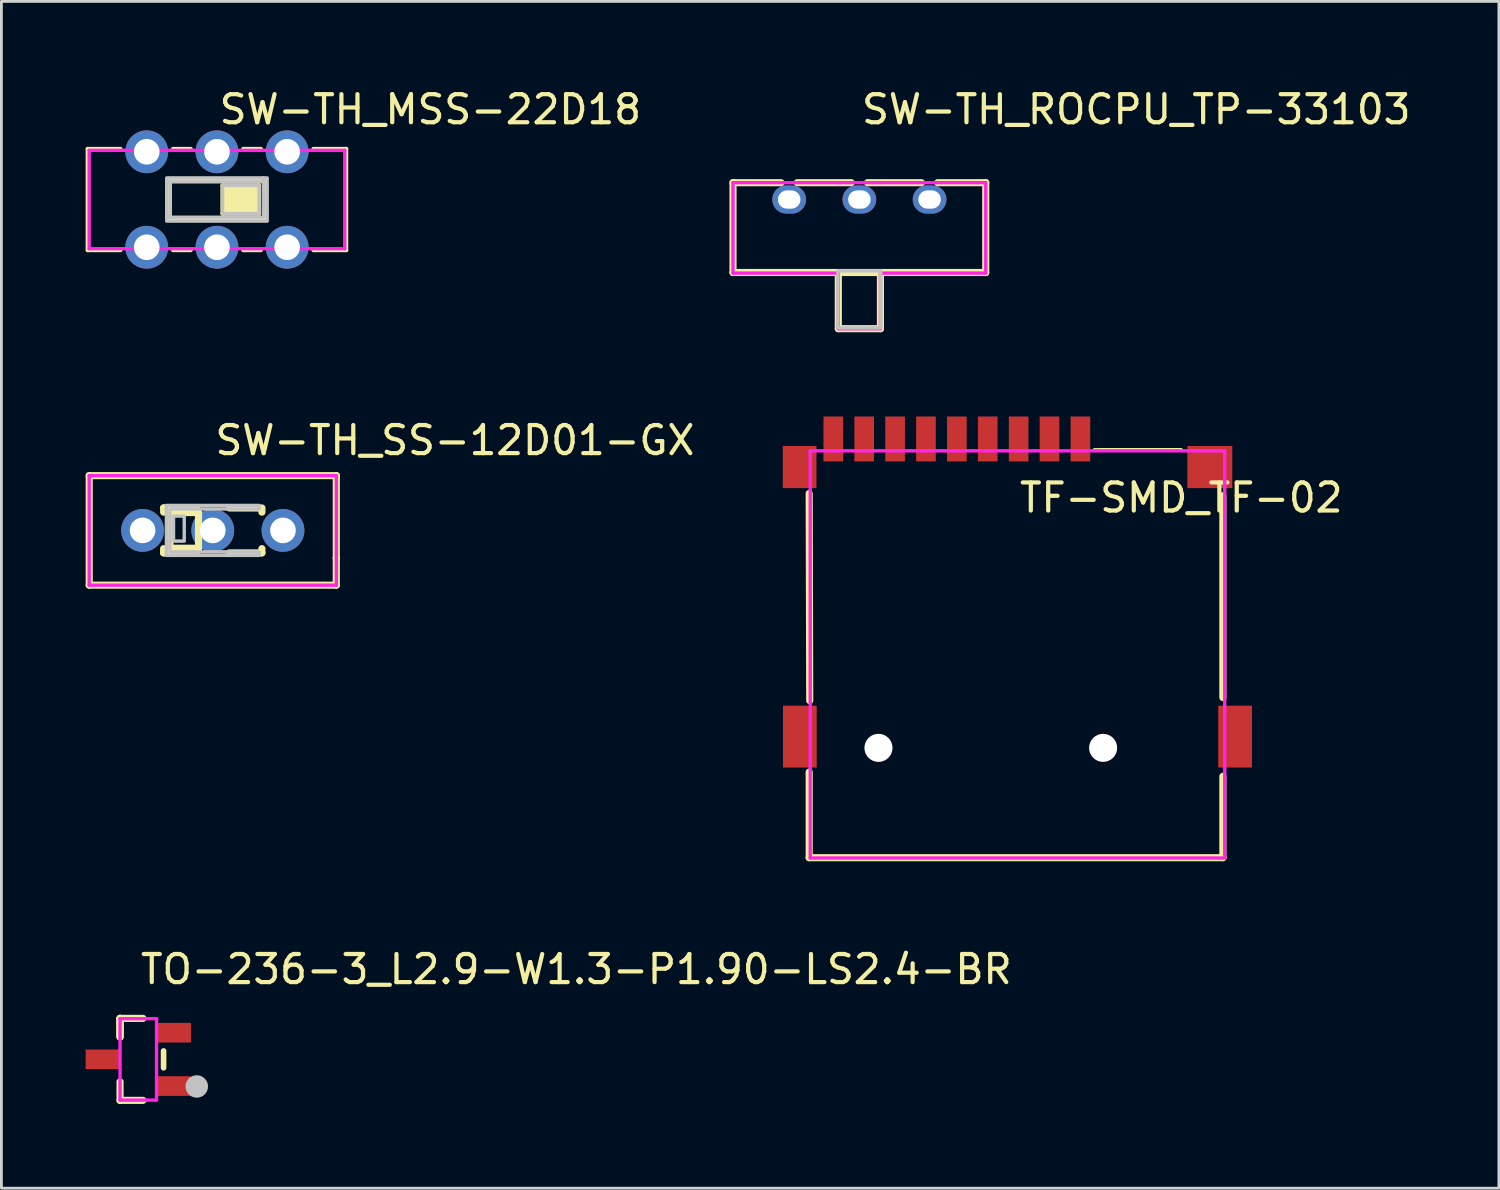
<source format=kicad_pcb>
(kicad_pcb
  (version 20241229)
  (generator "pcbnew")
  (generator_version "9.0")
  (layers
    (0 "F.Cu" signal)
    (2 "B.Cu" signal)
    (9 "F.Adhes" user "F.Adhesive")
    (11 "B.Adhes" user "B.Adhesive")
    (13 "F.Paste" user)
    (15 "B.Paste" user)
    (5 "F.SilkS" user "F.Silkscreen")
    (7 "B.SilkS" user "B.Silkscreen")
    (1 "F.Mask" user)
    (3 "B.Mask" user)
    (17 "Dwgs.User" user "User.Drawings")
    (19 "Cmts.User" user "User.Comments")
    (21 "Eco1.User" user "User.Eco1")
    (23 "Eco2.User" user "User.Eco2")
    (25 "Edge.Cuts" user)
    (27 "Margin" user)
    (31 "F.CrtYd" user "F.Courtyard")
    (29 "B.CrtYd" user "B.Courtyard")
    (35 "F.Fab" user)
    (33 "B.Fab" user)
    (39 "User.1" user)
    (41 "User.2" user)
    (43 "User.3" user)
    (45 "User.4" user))
  (footprint "TO-236-3_L2.9-W1.3-P1.90-LS2.4-BR"
    (layer "F.Cu")
    (at 1.875 34.675)
    (property "Reference" "TO-236-3_L2.9-W1.3-P1.90-LS2.4-BR" (at 0 -3.207 0) (layer "F.SilkS") (effects (font (size 1 1) (thickness 0.15)) (justify left)))
    (attr through_hole)
    (fp_line (start -0.65 -1.46) (end -0.65 -0.8) (stroke (width 0.254) (type solid)) (layer "F.SilkS"))
    (fp_line (start -0.65 -1.46) (end 0.165 -1.46) (stroke (width 0.254) (type solid)) (layer "F.SilkS"))
    (fp_line (start -0.65 -0.8) (end -0.65 -1.46) (stroke (width 0.254) (type solid)) (layer "F.SilkS"))
    (fp_line (start -0.65 -0.8) (end -0.65 -1.46) (stroke (width 0.254) (type solid)) (layer "F.SilkS"))
    (fp_line (start -0.65 1.46) (end -0.65 0.8) (stroke (width 0.254) (type solid)) (layer "F.SilkS"))
    (fp_line (start 0.165 1.46) (end -0.65 1.46) (stroke (width 0.254) (type solid)) (layer "F.SilkS"))
    (fp_line (start 0.9 0.3) (end 0.9 -0.3) (stroke (width 0.2) (type solid)) (layer "F.SilkS"))
    (fp_circle (center 2.083 0.965) (end 2.283 0.965) (stroke (width 0.4) (type solid)) (fill no) (layer "Dwgs.User"))
    (fp_line (start -1.01 -0.22) (end -0.64 -0.22) (stroke (width 0.12) (type solid)) (layer "Eco2.User"))
    (fp_line (start -1.01 0.22) (end -1.01 -0.22) (stroke (width 0.12) (type solid)) (layer "Eco2.User"))
    (fp_line (start -0.64 -0.22) (end -0.64 0.22) (stroke (width 0.12) (type solid)) (layer "Eco2.User"))
    (fp_line (start -0.64 0.22) (end -1.01 0.22) (stroke (width 0.12) (type solid)) (layer "Eco2.User"))
    (fp_line (start 0.64 -1.17) (end 1.01 -1.17) (stroke (width 0.12) (type solid)) (layer "Eco2.User"))
    (fp_line (start 0.64 -0.73) (end 0.64 -1.17) (stroke (width 0.12) (type solid)) (layer "Eco2.User"))
    (fp_line (start 0.64 0.73) (end 1.01 0.73) (stroke (width 0.12) (type solid)) (layer "Eco2.User"))
    (fp_line (start 0.64 1.17) (end 0.64 0.73) (stroke (width 0.12) (type solid)) (layer "Eco2.User"))
    (fp_line (start 1.01 -1.17) (end 1.01 -0.73) (stroke (width 0.12) (type solid)) (layer "Eco2.User"))
    (fp_line (start 1.01 -0.73) (end 0.64 -0.73) (stroke (width 0.12) (type solid)) (layer "Eco2.User"))
    (fp_line (start 1.01 0.73) (end 1.01 1.17) (stroke (width 0.12) (type solid)) (layer "Eco2.User"))
    (fp_line (start 1.01 1.17) (end 0.64 1.17) (stroke (width 0.12) (type solid)) (layer "Eco2.User"))
    (fp_circle (center 1.2 1.45) (end 1.23 1.45) (stroke (width 0.06) (type solid)) (fill no) (layer "Eco2.User"))
    (fp_poly (pts (xy -1.2 0.22) (xy -1.2 -0.22) (xy -1 -0.22) (xy -1 0.22)) (stroke (width 0.12) (type solid)) (fill no) (layer "Eco2.User"))
    (fp_poly (pts (xy 1 -0.73) (xy 1 -1.17) (xy 1.2 -1.17) (xy 1.2 -0.73)) (stroke (width 0.12) (type solid)) (fill no) (layer "Eco2.User"))
    (fp_poly (pts (xy 1 1.17) (xy 1 0.73) (xy 1.2 0.73) (xy 1.2 1.17)) (stroke (width 0.12) (type solid)) (fill no) (layer "Eco2.User"))
    (fp_line (start -0.65 -1.45) (end 0.65 -1.45) (stroke (width 0.12) (type solid)) (layer "F.CrtYd"))
    (fp_line (start -0.65 1.45) (end -0.65 -1.45) (stroke (width 0.12) (type solid)) (layer "F.CrtYd"))
    (fp_line (start 0.65 -1.45) (end 0.65 1.45) (stroke (width 0.12) (type solid)) (layer "F.CrtYd"))
    (fp_line (start 0.65 1.45) (end -0.65 1.45) (stroke (width 0.12) (type solid)) (layer "F.CrtYd"))
    (pad "1" smd rect (at 1.25 0.95 270) (size 0.7 1.25) (layers "F.Cu" "F.Mask" "F.Paste"))
    (pad "2" smd rect (at 1.25 -0.95 270) (size 0.7 1.25) (layers "F.Cu" "F.Mask" "F.Paste"))
    (pad "3" smd rect (at -1.25 0 270) (size 0.7 1.25) (layers "F.Cu" "F.Mask" "F.Paste")))
  (footprint "SW-TH_ROCPU_TP-33103"
    (layer "F.Cu")
    (at 27.553 4.055)
    (property "Reference" "SW-TH_ROCPU_TP-33103" (at 0 -3.207 0) (layer "F.SilkS") (effects (font (size 1 1) (thickness 0.15)) (justify left)))
    (attr through_hole)
    (fp_line (start -4.5 -0.6) (end -4.5 2.6) (stroke (width 0.254) (type solid)) (layer "F.SilkS"))
    (fp_line (start -4.5 -0.6) (end -2.79 -0.6) (stroke (width 0.254) (type solid)) (layer "F.SilkS"))
    (fp_line (start -4.5 2.6) (end 4.5 2.6) (stroke (width 0.254) (type solid)) (layer "F.SilkS"))
    (fp_line (start -2.21 -0.6) (end -0.29 -0.6) (stroke (width 0.254) (type solid)) (layer "F.SilkS"))
    (fp_line (start -0.75 4.6) (end -0.75 2.6) (stroke (width 0.254) (type solid)) (layer "F.SilkS"))
    (fp_line (start 0.29 -0.6) (end 2.21 -0.6) (stroke (width 0.254) (type solid)) (layer "F.SilkS"))
    (fp_line (start 0.75 4.6) (end -0.75 4.6) (stroke (width 0.254) (type solid)) (layer "F.SilkS"))
    (fp_line (start 0.75 4.6) (end 0.75 2.6) (stroke (width 0.254) (type solid)) (layer "F.SilkS"))
    (fp_line (start 2.79 -0.6) (end 4.5 -0.6) (stroke (width 0.254) (type solid)) (layer "F.SilkS"))
    (fp_line (start 4.5 -0.6) (end 4.5 2.6) (stroke (width 0.254) (type solid)) (layer "F.SilkS"))
    (fp_poly (pts (xy -0.762 2.54) (xy -0.762 4.572) (xy 0.762 4.572) (xy 0.762 2.54)) (stroke (width 0.12) (type solid)) (fill no) (layer "Dwgs.User"))
    (fp_circle (center -4.5 4.6) (end -4.47 4.6) (stroke (width 0.06) (type solid)) (fill no) (layer "Eco2.User"))
    (fp_poly (pts (xy -2.775 -0.15) (xy -2.225 -0.15) (xy -2.225 0.15) (xy -2.775 0.15)) (stroke (width 0.12) (type solid)) (fill no) (layer "Eco2.User"))
    (fp_poly (pts (xy -0.275 -0.15) (xy 0.275 -0.15) (xy 0.275 0.15) (xy -0.275 0.15)) (stroke (width 0.12) (type solid)) (fill no) (layer "Eco2.User"))
    (fp_poly (pts (xy 2.225 -0.15) (xy 2.775 -0.15) (xy 2.775 0.15) (xy 2.225 0.15)) (stroke (width 0.12) (type solid)) (fill no) (layer "Eco2.User"))
    (fp_line (start -4.5 -0.6) (end -4.5 2.62) (stroke (width 0.12) (type solid)) (layer "F.CrtYd"))
    (fp_line (start -4.5 2.62) (end -0.75 2.62) (stroke (width 0.12) (type solid)) (layer "F.CrtYd"))
    (fp_line (start -0.75 -0.6) (end -4.5 -0.6) (stroke (width 0.12) (type solid)) (layer "F.CrtYd"))
    (fp_line (start -0.75 2.62) (end -0.75 4.6) (stroke (width 0.12) (type solid)) (layer "F.CrtYd"))
    (fp_line (start -0.75 4.6) (end 0.75 4.6) (stroke (width 0.12) (type solid)) (layer "F.CrtYd"))
    (fp_line (start 0.75 -0.6) (end -0.75 -0.6) (stroke (width 0.12) (type solid)) (layer "F.CrtYd"))
    (fp_line (start 0.75 2.62) (end 4.5 2.62) (stroke (width 0.12) (type solid)) (layer "F.CrtYd"))
    (fp_line (start 0.75 4.6) (end 0.75 2.62) (stroke (width 0.12) (type solid)) (layer "F.CrtYd"))
    (fp_line (start 4.5 -0.6) (end 0.75 -0.6) (stroke (width 0.12) (type solid)) (layer "F.CrtYd"))
    (fp_line (start 4.5 2.62) (end 4.5 -0.6) (stroke (width 0.12) (type solid)) (layer "F.CrtYd"))
    (pad "1" thru_hole oval (at -2.5 0) (size 1.2 1) (drill oval 0.8 0.65) (layers "*.Cu" "*.Mask"))
    (pad "2" thru_hole oval (at 0 0) (size 1.2 1) (drill oval 0.8 0.65) (layers "*.Cu" "*.Mask"))
    (pad "3" thru_hole oval (at 2.5 0) (size 1.2 1) (drill oval 0.8 0.65) (layers "*.Cu" "*.Mask")))
  (footprint "SW-TH_SS-12D01-GX"
    (layer "F.Cu")
    (at 4.527 15.838)
    (property "Reference" "SW-TH_SS-12D01-GX" (at 0 -3.207 0) (layer "F.SilkS") (effects (font (size 1 1) (thickness 0.15)) (justify left)))
    (attr through_hole)
    (fp_line (start -4.4 -1.95) (end -4.4 1.95) (stroke (width 0.254) (type solid)) (layer "F.SilkS"))
    (fp_line (start -4.4 -1.95) (end 4.4 -1.95) (stroke (width 0.254) (type solid)) (layer "F.SilkS"))
    (fp_line (start -4.4 1.95) (end 4.399 1.95) (stroke (width 0.254) (type solid)) (layer "F.SilkS"))
    (fp_line (start -1.75 -0.8) (end -1.75 -0.65) (stroke (width 0.254) (type solid)) (layer "F.SilkS"))
    (fp_line (start -1.75 -0.8) (end -0.587 -0.8) (stroke (width 0.254) (type solid)) (layer "F.SilkS"))
    (fp_line (start -1.75 0.8) (end -1.75 0.65) (stroke (width 0.254) (type solid)) (layer "F.SilkS"))
    (fp_line (start -1.75 0.8) (end -0.587 0.8) (stroke (width 0.254) (type solid)) (layer "F.SilkS"))
    (fp_line (start -1.524 -0.635) (end -0.508 -0.635) (stroke (width 0.254) (type solid)) (layer "F.SilkS"))
    (fp_line (start -1.524 0.635) (end -1.524 -0.635) (stroke (width 0.254) (type solid)) (layer "F.SilkS"))
    (fp_line (start -0.508 -0.635) (end -0.508 0.635) (stroke (width 0.254) (type solid)) (layer "F.SilkS"))
    (fp_line (start -0.508 0.635) (end -1.524 0.635) (stroke (width 0.254) (type solid)) (layer "F.SilkS"))
    (fp_line (start 0.587 -0.8) (end 1.651 -0.8) (stroke (width 0.254) (type solid)) (layer "F.SilkS"))
    (fp_line (start 0.587 0.8) (end 1.75 0.8) (stroke (width 0.254) (type solid)) (layer "F.SilkS"))
    (fp_line (start 1.75 -0.8) (end 1.75 -0.65) (stroke (width 0.254) (type solid)) (layer "F.SilkS"))
    (fp_line (start 1.75 0.65) (end 1.75 0.8) (stroke (width 0.254) (type solid)) (layer "F.SilkS"))
    (fp_line (start 4.399 -1.951) (end 4.399 0.983) (stroke (width 0.254) (type solid)) (layer "F.SilkS"))
    (fp_line (start 4.399 0.983) (end 4.399 0.983) (stroke (width 0.254) (type solid)) (layer "F.SilkS"))
    (fp_line (start 4.399 0.983) (end 4.399 1.951) (stroke (width 0.254) (type solid)) (layer "F.SilkS"))
    (fp_poly (pts (xy -1.397 -0.508) (xy -1.016 -0.508) (xy -1.016 0.381) (xy -1.397 0.381)) (stroke (width 0.12) (type solid)) (fill no) (layer "Dwgs.User"))
    (fp_poly (pts (xy -1.524 -0.889) (xy 1.651 -0.889) (xy 1.651 -0.762) (xy -1.524 -0.762) (xy -1.524 0.762) (xy 1.651 0.762) (xy 1.651 0.889) (xy -1.651 0.889) (xy -1.651 -0.889)) (stroke (width 0.12) (type solid)) (fill no) (layer "Dwgs.User"))
    (fp_circle (center -4.4 1.95) (end -4.37 1.95) (stroke (width 0.06) (type solid)) (fill no) (layer "Eco2.User"))
    (fp_poly (pts (xy -2.75 -0.15) (xy -2.25 -0.15) (xy -2.25 0.15) (xy -2.75 0.15)) (stroke (width 0.12) (type solid)) (fill no) (layer "Eco2.User"))
    (fp_poly (pts (xy -0.25 -0.15) (xy 0.25 -0.15) (xy 0.25 0.15) (xy -0.25 0.15)) (stroke (width 0.12) (type solid)) (fill no) (layer "Eco2.User"))
    (fp_poly (pts (xy 2.25 -0.15) (xy 2.75 -0.15) (xy 2.75 0.15) (xy 2.25 0.15)) (stroke (width 0.12) (type solid)) (fill no) (layer "Eco2.User"))
    (fp_line (start -4.4 -1.95) (end 4.4 -1.95) (stroke (width 0.12) (type solid)) (layer "F.CrtYd"))
    (fp_line (start -4.4 1.95) (end -4.4 -1.95) (stroke (width 0.12) (type solid)) (layer "F.CrtYd"))
    (fp_line (start 4.4 -1.95) (end 4.4 1.95) (stroke (width 0.12) (type solid)) (layer "F.CrtYd"))
    (fp_line (start 4.4 1.95) (end -4.4 1.95) (stroke (width 0.12) (type solid)) (layer "F.CrtYd"))
    (pad "1" thru_hole circle (at -2.5 0) (size 1.524 1.524) (drill 0.914) (layers "*.Cu" "*.Mask"))
    (pad "2" thru_hole circle (at 0 0) (size 1.524 1.524) (drill 0.914) (layers "*.Cu" "*.Mask"))
    (pad "3" thru_hole circle (at 2.5 0) (size 1.524 1.524) (drill 0.914) (layers "*.Cu" "*.Mask")))
  (footprint "SW-TH_MSS-22D18"
    (layer "F.Cu")
    (at 4.676 4.055)
    (property "Reference" "SW-TH_MSS-22D18" (at 0 -3.207 0) (layer "F.SilkS") (effects (font (size 1 1) (thickness 0.15)) (justify left)))
    (attr through_hole)
    (fp_line (start -4.6 -1.8) (end -3.437 -1.8) (stroke (width 0.152) (type solid)) (layer "F.SilkS"))
    (fp_line (start -4.6 1.8) (end -4.6 -1.8) (stroke (width 0.152) (type solid)) (layer "F.SilkS"))
    (fp_line (start -3.437 1.8) (end -4.6 1.8) (stroke (width 0.152) (type solid)) (layer "F.SilkS"))
    (fp_line (start -1.725 -0.7) (end 1.725 -0.7) (stroke (width 0.152) (type solid)) (layer "F.SilkS"))
    (fp_line (start -1.725 0.7) (end -1.725 -0.7) (stroke (width 0.152) (type solid)) (layer "F.SilkS"))
    (fp_line (start -1.563 -1.8) (end -0.937 -1.8) (stroke (width 0.152) (type solid)) (layer "F.SilkS"))
    (fp_line (start -0.937 1.8) (end -1.563 1.8) (stroke (width 0.152) (type solid)) (layer "F.SilkS"))
    (fp_line (start 0.2 -0.5) (end 1.5 -0.5) (stroke (width 0.152) (type solid)) (layer "F.SilkS"))
    (fp_line (start 0.2 0.5) (end 0.2 -0.5) (stroke (width 0.152) (type solid)) (layer "F.SilkS"))
    (fp_line (start 0.937 -1.8) (end 1.563 -1.8) (stroke (width 0.152) (type solid)) (layer "F.SilkS"))
    (fp_line (start 1.5 -0.5) (end 1.5 0.5) (stroke (width 0.152) (type solid)) (layer "F.SilkS"))
    (fp_line (start 1.5 0.5) (end 0.2 0.5) (stroke (width 0.152) (type solid)) (layer "F.SilkS"))
    (fp_line (start 1.563 1.8) (end 0.937 1.8) (stroke (width 0.152) (type solid)) (layer "F.SilkS"))
    (fp_line (start 1.725 -0.7) (end 1.725 0.7) (stroke (width 0.152) (type solid)) (layer "F.SilkS"))
    (fp_line (start 1.725 0.7) (end -1.725 0.7) (stroke (width 0.152) (type solid)) (layer "F.SilkS"))
    (fp_line (start 3.437 -1.8) (end 4.6 -1.8) (stroke (width 0.152) (type solid)) (layer "F.SilkS"))
    (fp_line (start 4.6 -1.8) (end 4.6 1.8) (stroke (width 0.152) (type solid)) (layer "F.SilkS"))
    (fp_line (start 4.6 1.8) (end 3.437 1.8) (stroke (width 0.152) (type solid)) (layer "F.SilkS"))
    (fp_poly (pts (xy 0.2 0.5) (xy 1.5 0.5) (xy 1.5 -0.5) (xy 0.2 -0.5)) (stroke (width 0.12) (type solid)) (fill yes) (layer "F.SilkS"))
    (fp_poly (pts (xy -1.66 0.62) (xy -1.79 0.62) (xy -1.79 -0.62) (xy -1.66 -0.62)) (stroke (width 0.12) (type solid)) (fill no) (layer "Dwgs.User"))
    (fp_poly (pts (xy 0.2 0.5) (xy 1.5 0.5) (xy 1.5 -0.5) (xy 0.2 -0.5)) (stroke (width 0.12) (type solid)) (fill no) (layer "Dwgs.User"))
    (fp_poly (pts (xy 1.64 -0.77) (xy 1.64 -0.63) (xy -1.79 -0.63) (xy -1.79 -0.77)) (stroke (width 0.12) (type solid)) (fill no) (layer "Dwgs.User"))
    (fp_poly (pts (xy 1.66 -0.63) (xy 1.66 0.63) (xy -1.79 0.63) (xy -1.79 0.77) (xy 1.79 0.77) (xy 1.79 -0.77) (xy 1.66 -0.77)) (stroke (width 0.12) (type solid)) (fill no) (layer "Dwgs.User"))
    (fp_circle (center -4.55 -1.85) (end -4.52 -1.85) (stroke (width 0.06) (type solid)) (fill no) (layer "Eco2.User"))
    (fp_poly (pts (xy -2.82 -1.85) (xy -2.18 -1.85) (xy -2.18 -1.55) (xy -2.82 -1.55)) (stroke (width 0.12) (type solid)) (fill no) (layer "Eco2.User"))
    (fp_poly (pts (xy -2.82 1.55) (xy -2.18 1.55) (xy -2.18 1.85) (xy -2.82 1.85)) (stroke (width 0.12) (type solid)) (fill no) (layer "Eco2.User"))
    (fp_poly (pts (xy -0.32 -1.85) (xy 0.32 -1.85) (xy 0.32 -1.55) (xy -0.32 -1.55)) (stroke (width 0.12) (type solid)) (fill no) (layer "Eco2.User"))
    (fp_poly (pts (xy -0.32 1.55) (xy 0.32 1.55) (xy 0.32 1.85) (xy -0.32 1.85)) (stroke (width 0.12) (type solid)) (fill no) (layer "Eco2.User"))
    (fp_poly (pts (xy 2.18 -1.85) (xy 2.82 -1.85) (xy 2.82 -1.55) (xy 2.18 -1.55)) (stroke (width 0.12) (type solid)) (fill no) (layer "Eco2.User"))
    (fp_poly (pts (xy 2.18 1.55) (xy 2.82 1.55) (xy 2.82 1.85) (xy 2.18 1.85)) (stroke (width 0.12) (type solid)) (fill no) (layer "Eco2.User"))
    (fp_line (start -4.55 -1.75) (end 4.55 -1.75) (stroke (width 0.12) (type solid)) (layer "F.CrtYd"))
    (fp_line (start -4.55 1.75) (end -4.55 -1.75) (stroke (width 0.12) (type solid)) (layer "F.CrtYd"))
    (fp_line (start 4.55 -1.75) (end 4.55 1.75) (stroke (width 0.12) (type solid)) (layer "F.CrtYd"))
    (fp_line (start 4.55 1.75) (end -4.55 1.75) (stroke (width 0.12) (type solid)) (layer "F.CrtYd"))
    (pad "1" thru_hole circle (at -2.5 -1.7 90) (size 1.524 1.524) (drill 0.914) (layers "*.Cu" "*.Mask"))
    (pad "2" thru_hole circle (at 0 -1.7 90) (size 1.524 1.524) (drill 0.914) (layers "*.Cu" "*.Mask"))
    (pad "3" thru_hole circle (at 2.5 -1.7 90) (size 1.524 1.524) (drill 0.914) (layers "*.Cu" "*.Mask"))
    (pad "4" thru_hole circle (at -2.5 1.7 90) (size 1.524 1.524) (drill 0.914) (layers "*.Cu" "*.Mask"))
    (pad "5" thru_hole circle (at 0 1.7 90) (size 1.524 1.524) (drill 0.914) (layers "*.Cu" "*.Mask"))
    (pad "6" thru_hole circle (at 2.5 1.7 90) (size 1.524 1.524) (drill 0.914) (layers "*.Cu" "*.Mask")))
  (footprint "TF-SMD_TF-02"
    (layer "F.Cu")
    (at 33.179 17.882)
    (property "Reference" "TF-SMD_TF-02" (at 0 -3.207 0) (layer "F.SilkS") (effects (font (size 1 1) (thickness 0.15)) (justify left)))
    (attr through_hole)
    (fp_line (start -7.413 -3.359) (end -7.394 4.018) (stroke (width 0.254) (type solid)) (layer "F.SilkS"))
    (fp_line (start -7.413 6.563) (end -7.413 9.611) (stroke (width 0.254) (type solid)) (layer "F.SilkS"))
    (fp_line (start -7.413 9.611) (end 7.319 9.611) (stroke (width 0.254) (type solid)) (layer "F.SilkS"))
    (fp_line (start 2.739 -4.926) (end 5.838 -4.927) (stroke (width 0.102) (type solid)) (layer "F.SilkS"))
    (fp_line (start 7.319 3.908) (end 7.319 -3.28) (stroke (width 0.254) (type solid)) (layer "F.SilkS"))
    (fp_line (start 7.319 9.611) (end 7.319 6.713) (stroke (width 0.254) (type solid)) (layer "F.SilkS"))
    (fp_circle (center -4.946 5.7) (end -4.746 5.7) (stroke (width 0.4) (type solid)) (fill no) (layer "Dwgs.User"))
    (fp_circle (center 3.054 5.7) (end 3.254 5.7) (stroke (width 0.4) (type solid)) (fill no) (layer "Dwgs.User"))
    (fp_circle (center 8.084 -5.337) (end 8.114 -5.337) (stroke (width 0.06) (type solid)) (fill no) (layer "Eco2.User"))
    (fp_poly (pts (xy -8.076 4.5) (xy -7.276 4.5) (xy -7.276 6.1) (xy -8.076 6.1)) (stroke (width 0.12) (type solid)) (fill no) (layer "Eco2.User"))
    (fp_poly (pts (xy -8.071 -3.789) (xy -8.071 -4.789) (xy -7.371 -4.789) (xy -7.371 -3.789)) (stroke (width 0.12) (type solid)) (fill no) (layer "Eco2.User"))
    (fp_poly (pts (xy -6.704 -5.478) (xy -6.404 -5.478) (xy -6.404 -4.828) (xy -6.704 -4.828)) (stroke (width 0.12) (type solid)) (fill no) (layer "Eco2.User"))
    (fp_poly (pts (xy -5.604 -5.478) (xy -5.304 -5.478) (xy -5.304 -4.828) (xy -5.604 -4.828)) (stroke (width 0.12) (type solid)) (fill no) (layer "Eco2.User"))
    (fp_poly (pts (xy -4.504 -5.478) (xy -4.204 -5.478) (xy -4.204 -4.828) (xy -4.504 -4.828)) (stroke (width 0.12) (type solid)) (fill no) (layer "Eco2.User"))
    (fp_poly (pts (xy -3.405 -5.478) (xy -3.105 -5.478) (xy -3.105 -4.828) (xy -3.405 -4.828)) (stroke (width 0.12) (type solid)) (fill no) (layer "Eco2.User"))
    (fp_poly (pts (xy -2.304 -5.478) (xy -2.004 -5.478) (xy -2.004 -4.828) (xy -2.304 -4.828)) (stroke (width 0.12) (type solid)) (fill no) (layer "Eco2.User"))
    (fp_poly (pts (xy -1.205 -5.478) (xy -0.905 -5.478) (xy -0.905 -4.828) (xy -1.205 -4.828)) (stroke (width 0.12) (type solid)) (fill no) (layer "Eco2.User"))
    (fp_poly (pts (xy -0.104 -5.478) (xy 0.196 -5.478) (xy 0.196 -4.828) (xy -0.104 -4.828)) (stroke (width 0.12) (type solid)) (fill no) (layer "Eco2.User"))
    (fp_poly (pts (xy 0.995 -5.478) (xy 1.295 -5.478) (xy 1.295 -4.828) (xy 0.995 -4.828)) (stroke (width 0.12) (type solid)) (fill no) (layer "Eco2.User"))
    (fp_poly (pts (xy 2.095 -5.478) (xy 2.395 -5.478) (xy 2.395 -4.828) (xy 2.095 -4.828)) (stroke (width 0.12) (type solid)) (fill no) (layer "Eco2.User"))
    (fp_poly (pts (xy 6.613 -4.789) (xy 7.263 -4.789) (xy 7.263 -3.789) (xy 6.613 -3.789)) (stroke (width 0.12) (type solid)) (fill no) (layer "Eco2.User"))
    (fp_poly (pts (xy 7.284 4.5) (xy 8.084 4.5) (xy 8.084 6.1) (xy 7.284 6.1)) (stroke (width 0.12) (type solid)) (fill no) (layer "Eco2.User"))
    (fp_line (start -7.376 -4.878) (end 7.384 -4.878) (stroke (width 0.12) (type solid)) (layer "F.CrtYd"))
    (fp_line (start -7.376 9.622) (end -7.376 -4.878) (stroke (width 0.12) (type solid)) (layer "F.CrtYd"))
    (fp_line (start 7.384 -4.878) (end 7.384 9.622) (stroke (width 0.12) (type solid)) (layer "F.CrtYd"))
    (fp_line (start 7.384 9.622) (end -7.376 9.622) (stroke (width 0.12) (type solid)) (layer "F.CrtYd"))
    (pad "" np_thru_hole circle (at -4.946 5.7) (size 1 1) (drill 1) (layers "*.Cu" "*.Mask"))
    (pad "" np_thru_hole circle (at 3.054 5.7) (size 1 1) (drill 1) (layers "*.Cu" "*.Mask"))
    (pad "1" smd rect (at 2.245 -5.3) (size 0.7 1.6) (layers "F.Cu" "F.Mask" "F.Paste"))
    (pad "2" smd rect (at 1.145 -5.3) (size 0.7 1.6) (layers "F.Cu" "F.Mask" "F.Paste"))
    (pad "3" smd rect (at 0.046 -5.3) (size 0.7 1.6) (layers "F.Cu" "F.Mask" "F.Paste"))
    (pad "4" smd rect (at -1.055 -5.3) (size 0.7 1.6) (layers "F.Cu" "F.Mask" "F.Paste"))
    (pad "5" smd rect (at -2.154 -5.3) (size 0.7 1.6) (layers "F.Cu" "F.Mask" "F.Paste"))
    (pad "6" smd rect (at -3.255 -5.3) (size 0.7 1.6) (layers "F.Cu" "F.Mask" "F.Paste"))
    (pad "7" smd rect (at -4.354 -5.3) (size 0.7 1.6) (layers "F.Cu" "F.Mask" "F.Paste"))
    (pad "8" smd rect (at -5.454 -5.3) (size 0.7 1.6) (layers "F.Cu" "F.Mask" "F.Paste"))
    (pad "9" smd rect (at -6.554 -5.3) (size 0.7 1.6) (layers "F.Cu" "F.Mask" "F.Paste"))
    (pad "10" smd rect (at -7.754 -4.3) (size 1.2 1.5) (layers "F.Cu" "F.Mask" "F.Paste"))
    (pad "11" smd rect (at -7.746 5.3) (size 1.2 2.2) (layers "F.Cu" "F.Mask" "F.Paste"))
    (pad "12" smd rect (at 7.754 5.3) (size 1.2 2.2) (layers "F.Cu" "F.Mask" "F.Paste"))
    (pad "13" smd rect (at 6.854 -4.3) (size 1.6 1.5) (layers "F.Cu" "F.Mask" "F.Paste")))
  (gr_rect
    (start -3 -3)
    (end 50.327 39.263)
    (stroke (width 0.1) (type default))
    (fill no)
    (layer "Edge.Cuts")))
</source>
